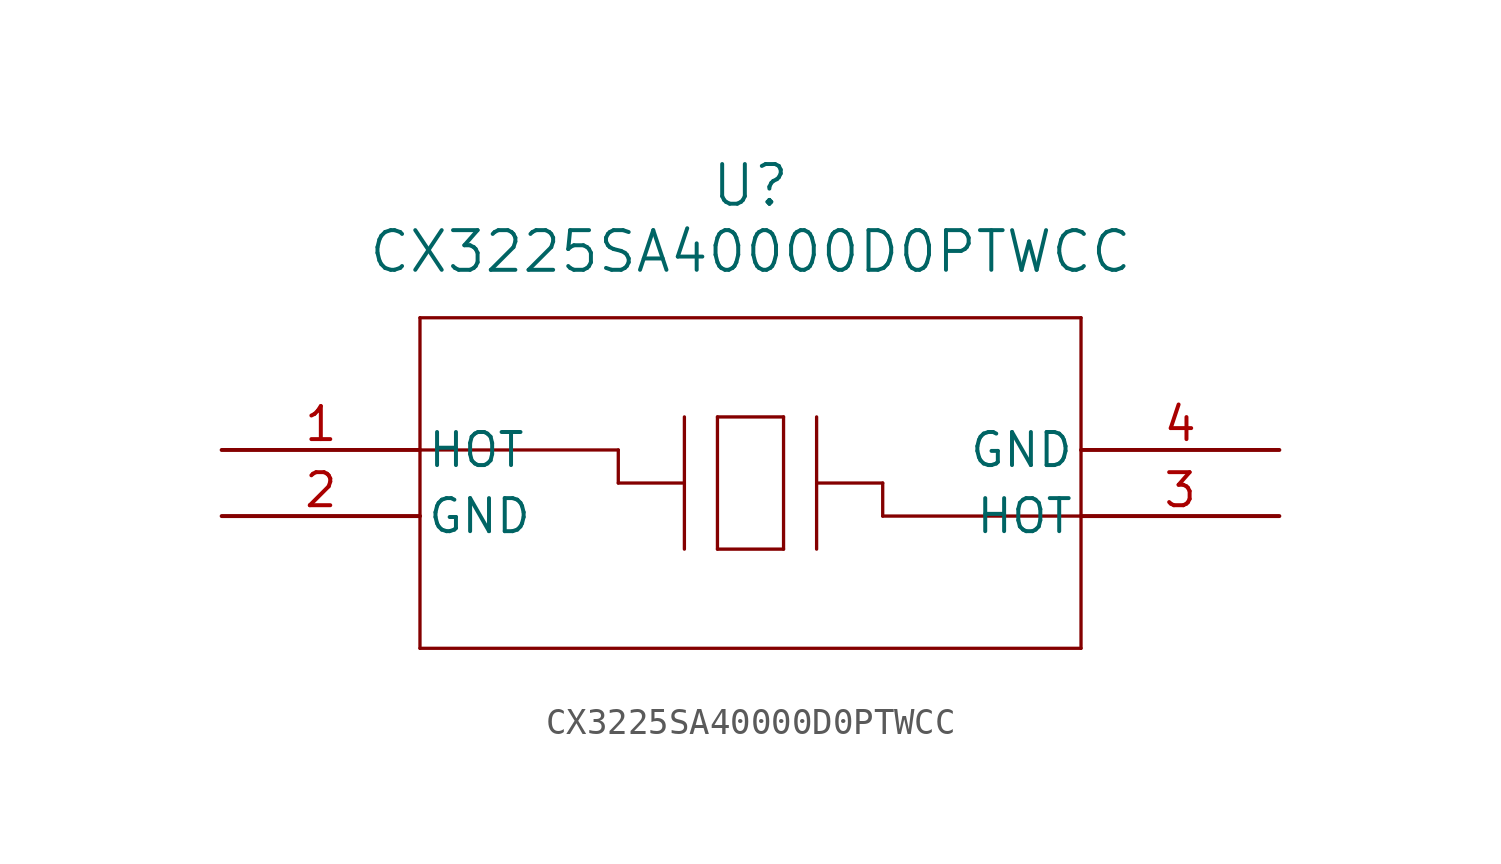
<source format=kicad_sym>
(kicad_symbol_lib
  (version 20211014)
  (generator kicad_symbol_editor)
  (symbol "CX3225SA40000D0PTWCC"
    (pin_names
      (offset 0.254))
    (property "Reference" "U"
      (at 20.32 10.16 0)
      (effects (font (size 1.524 1.524))))
    (property "Value" "CX3225SA40000D0PTWCC"
      (at 20.32 7.62 0)
      (effects (font (size 1.524 1.524))))
    (symbol "CX3225SA40000D0PTWCC_0_1"
      (polyline (pts (xy 7.62 5.08) (xy 7.62 -7.62)) (stroke (width 0.127) (type default) (color 0 0 0 0)) (fill (type none)))
      (polyline (pts (xy 7.62 -7.62) (xy 33.02 -7.62)) (stroke (width 0.127) (type default) (color 0 0 0 0)) (fill (type none)))
      (polyline (pts (xy 33.02 -7.62) (xy 33.02 5.08)) (stroke (width 0.127) (type default) (color 0 0 0 0)) (fill (type none)))
      (polyline (pts (xy 33.02 5.08) (xy 7.62 5.08)) (stroke (width 0.127) (type default) (color 0 0 0 0)) (fill (type none)))
      (polyline (pts (xy 19.05 1.27) (xy 21.59 1.27)) (stroke (width 0.127) (type default) (color 0 0 0 0)) (fill (type none)))
      (polyline (pts (xy 19.05 -3.81) (xy 21.59 -3.81)) (stroke (width 0.127) (type default) (color 0 0 0 0)) (fill (type none)))
      (polyline (pts (xy 19.05 1.27) (xy 19.05 -3.81)) (stroke (width 0.127) (type default) (color 0 0 0 0)) (fill (type none)))
      (polyline (pts (xy 21.59 1.27) (xy 21.59 -3.81)) (stroke (width 0.127) (type default) (color 0 0 0 0)) (fill (type none)))
      (polyline (pts (xy 22.86 1.27) (xy 22.86 -3.81)) (stroke (width 0.127) (type default) (color 0 0 0 0)) (fill (type none)))
      (polyline (pts (xy 17.78 1.27) (xy 17.78 -3.81)) (stroke (width 0.127) (type default) (color 0 0 0 0)) (fill (type none)))
      (polyline (pts (xy 17.78 -1.27) (xy 15.24 -1.27)) (stroke (width 0.127) (type default) (color 0 0 0 0)) (fill (type none)))
      (polyline (pts (xy 22.86 -1.27) (xy 25.4 -1.27)) (stroke (width 0.127) (type default) (color 0 0 0 0)) (fill (type none)))
      (polyline (pts (xy 25.4 -1.27) (xy 25.4 -2.54)) (stroke (width 0.127) (type default) (color 0 0 0 0)) (fill (type none)))
      (polyline (pts (xy 25.4 -2.54) (xy 33.02 -2.54)) (stroke (width 0.127) (type default) (color 0 0 0 0)) (fill (type none)))
      (polyline (pts (xy 15.24 -1.27) (xy 15.24 0)) (stroke (width 0.127) (type default) (color 0 0 0 0)) (fill (type none)))
      (polyline (pts (xy 15.24 0) (xy 7.62 0)) (stroke (width 0.127) (type default) (color 0 0 0 0)) (fill (type none)))
      (pin unspecified line (at 0 0 0) (length 7.62) (name "HOT" (effects (font (size 1.27 1.27)))) (number "1" (effects (font (size 1.27 1.27)))))
      (pin unspecified line (at 0 -2.54 0) (length 7.62) (name "GND" (effects (font (size 1.27 1.27)))) (number "2" (effects (font (size 1.27 1.27)))))
      (pin unspecified line (at 40.64 -2.54 180) (length 7.62) (name "HOT" (effects (font (size 1.27 1.27)))) (number "3" (effects (font (size 1.27 1.27)))))
      (pin unspecified line (at 40.64 0 180) (length 7.62) (name "GND" (effects (font (size 1.27 1.27)))) (number "4" (effects (font (size 1.27 1.27))))))))
</source>
